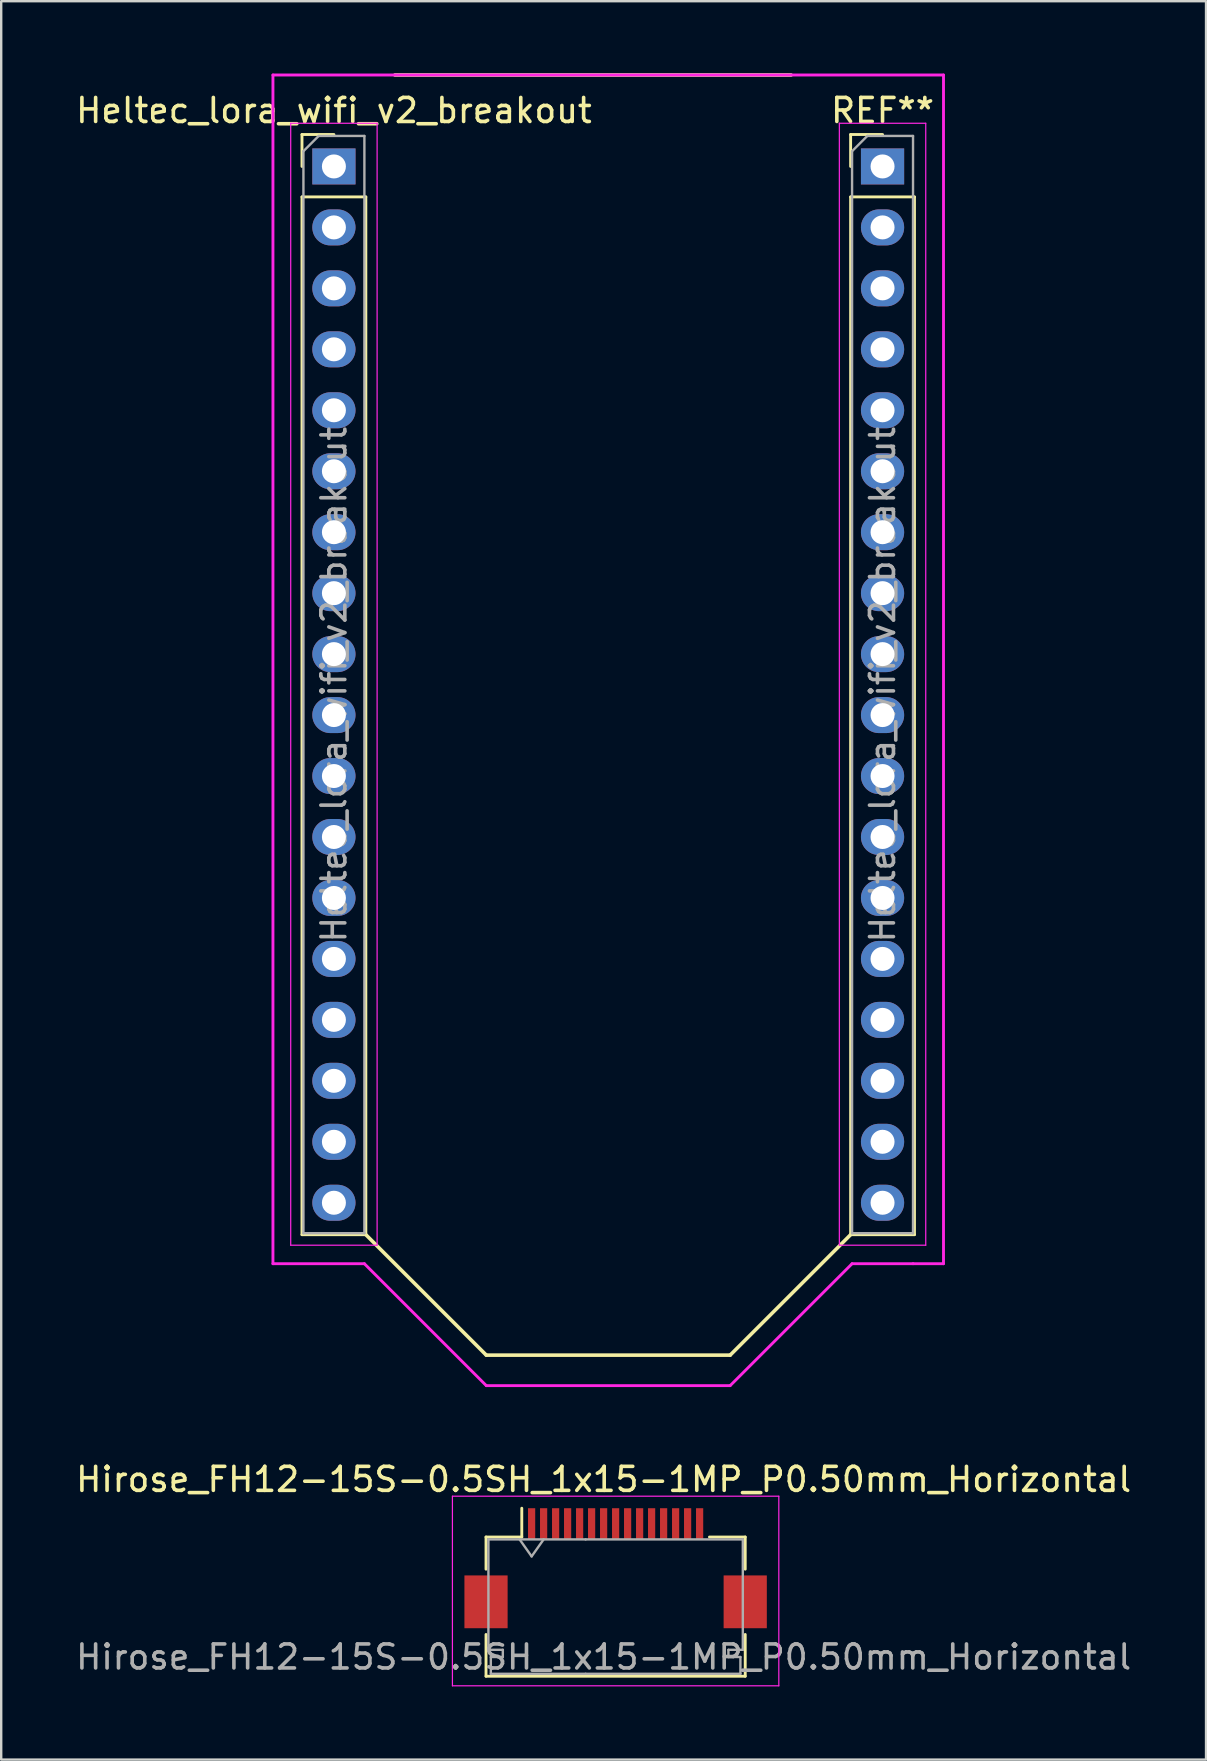
<source format=kicad_pcb>
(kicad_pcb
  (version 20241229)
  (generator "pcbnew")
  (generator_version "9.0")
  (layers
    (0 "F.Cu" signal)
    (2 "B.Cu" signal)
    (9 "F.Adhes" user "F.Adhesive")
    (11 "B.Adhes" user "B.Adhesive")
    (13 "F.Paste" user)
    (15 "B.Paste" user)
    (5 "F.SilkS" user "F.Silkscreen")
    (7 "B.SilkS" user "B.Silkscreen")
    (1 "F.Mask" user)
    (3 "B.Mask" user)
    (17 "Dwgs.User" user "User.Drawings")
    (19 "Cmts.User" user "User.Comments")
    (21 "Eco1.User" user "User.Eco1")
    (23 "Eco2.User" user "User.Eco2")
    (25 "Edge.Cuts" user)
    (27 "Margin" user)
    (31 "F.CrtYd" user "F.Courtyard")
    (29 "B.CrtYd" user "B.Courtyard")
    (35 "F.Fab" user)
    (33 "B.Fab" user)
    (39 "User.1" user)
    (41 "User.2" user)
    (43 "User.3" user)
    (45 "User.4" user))
  (footprint "Hirose_FH12-15S-0.5SH_1x15-1MP_P0.50mm_Horizontal"
    (layer "F.Cu")
    (at 22.601 62.293)
    (property "Reference" "Hirose_FH12-15S-0.5SH_1x15-1MP_P0.50mm_Horizontal" (at -0.5 -3.7 0) (layer "F.SilkS") (effects (font (size 1 1) (thickness 0.15))))
    (attr smd)
    (fp_line (start -5.4 -1.3) (end -5.4 0.04) (stroke (width 0.12) (type solid)) (layer "F.SilkS"))
    (fp_line (start -5.4 2.76) (end -5.4 4.5) (stroke (width 0.12) (type solid)) (layer "F.SilkS"))
    (fp_line (start -5.4 4.5) (end 5.4 4.5) (stroke (width 0.12) (type solid)) (layer "F.SilkS"))
    (fp_line (start -3.91 -1.3) (end -5.4 -1.3) (stroke (width 0.12) (type solid)) (layer "F.SilkS"))
    (fp_line (start -3.91 -1.3) (end -3.91 -2.5) (stroke (width 0.12) (type solid)) (layer "F.SilkS"))
    (fp_line (start 3.91 -1.3) (end 5.4 -1.3) (stroke (width 0.12) (type solid)) (layer "F.SilkS"))
    (fp_line (start 5.4 -1.3) (end 5.4 0.04) (stroke (width 0.12) (type solid)) (layer "F.SilkS"))
    (fp_line (start 5.4 4.5) (end 5.4 2.76) (stroke (width 0.12) (type solid)) (layer "F.SilkS"))
    (fp_line (start -4 -0.1) (end -4 4.9) (stroke (width 0.15) (type solid)) (layer "Eco1.User"))
    (fp_line (start -4 -0.1) (end 4 -0.1) (stroke (width 0.15) (type solid)) (layer "Eco1.User"))
    (fp_line (start 4 -0.1) (end 4 4.9) (stroke (width 0.15) (type solid)) (layer "Eco1.User"))
    (fp_line (start -6.8 -3) (end -6.8 4.9) (stroke (width 0.05) (type solid)) (layer "F.CrtYd"))
    (fp_line (start -6.8 4.9) (end 6.8 4.9) (stroke (width 0.05) (type solid)) (layer "F.CrtYd"))
    (fp_line (start 6.8 -3) (end -6.8 -3) (stroke (width 0.05) (type solid)) (layer "F.CrtYd"))
    (fp_line (start 6.8 4.9) (end 6.8 -3) (stroke (width 0.05) (type solid)) (layer "F.CrtYd"))
    (fp_line (start -5.3 -1.2) (end -5.3 3.4) (stroke (width 0.1) (type solid)) (layer "F.Fab"))
    (fp_line (start -5.3 3.4) (end -4.7 3.4) (stroke (width 0.1) (type solid)) (layer "F.Fab"))
    (fp_line (start -5.2 3.7) (end -5.2 4.4) (stroke (width 0.1) (type solid)) (layer "F.Fab"))
    (fp_line (start -5.2 4.4) (end -1.25 4.4) (stroke (width 0.1) (type solid)) (layer "F.Fab"))
    (fp_line (start -4.7 3.4) (end -4.7 3.7) (stroke (width 0.1) (type solid)) (layer "F.Fab"))
    (fp_line (start -4.7 3.7) (end -5.2 3.7) (stroke (width 0.1) (type solid)) (layer "F.Fab"))
    (fp_line (start -4 -1.2) (end -3.5 -0.493) (stroke (width 0.1) (type solid)) (layer "F.Fab"))
    (fp_line (start -3.5 -0.493) (end -3 -1.2) (stroke (width 0.1) (type solid)) (layer "F.Fab"))
    (fp_line (start -1.25 -1.2) (end -5.3 -1.2) (stroke (width 0.1) (type solid)) (layer "F.Fab"))
    (fp_line (start -1.25 -1.2) (end 5.3 -1.2) (stroke (width 0.1) (type solid)) (layer "F.Fab"))
    (fp_line (start 4.7 3.4) (end 4.7 3.7) (stroke (width 0.1) (type solid)) (layer "F.Fab"))
    (fp_line (start 4.7 3.7) (end 5.2 3.7) (stroke (width 0.1) (type solid)) (layer "F.Fab"))
    (fp_line (start 5.2 3.7) (end 5.2 4.4) (stroke (width 0.1) (type solid)) (layer "F.Fab"))
    (fp_line (start 5.2 4.4) (end -1.25 4.4) (stroke (width 0.1) (type solid)) (layer "F.Fab"))
    (fp_line (start 5.3 -1.2) (end 5.3 3.4) (stroke (width 0.1) (type solid)) (layer "F.Fab"))
    (fp_line (start 5.3 3.4) (end 4.7 3.4) (stroke (width 0.1) (type solid)) (layer "F.Fab"))
    (fp_text user "${REFERENCE}" (at -0.5 3.7 0) (layer "F.Fab") (effects (font (size 1 1) (thickness 0.15))))
    (pad "1" smd rect (at -3.5 -1.85) (size 0.3 1.3) (layers "F.Cu" "F.Mask" "F.Paste"))
    (pad "2" smd rect (at -3 -1.85) (size 0.3 1.3) (layers "F.Cu" "F.Mask" "F.Paste"))
    (pad "3" smd rect (at -2.5 -1.85) (size 0.3 1.3) (layers "F.Cu" "F.Mask" "F.Paste"))
    (pad "4" smd rect (at -2 -1.85) (size 0.3 1.3) (layers "F.Cu" "F.Mask" "F.Paste"))
    (pad "5" smd rect (at -1.5 -1.85) (size 0.3 1.3) (layers "F.Cu" "F.Mask" "F.Paste"))
    (pad "6" smd rect (at -1 -1.85) (size 0.3 1.3) (layers "F.Cu" "F.Mask" "F.Paste"))
    (pad "7" smd rect (at -0.5 -1.85) (size 0.3 1.3) (layers "F.Cu" "F.Mask" "F.Paste"))
    (pad "8" smd rect (at 0 -1.85) (size 0.3 1.3) (layers "F.Cu" "F.Mask" "F.Paste"))
    (pad "9" smd rect (at 0.5 -1.85) (size 0.3 1.3) (layers "F.Cu" "F.Mask" "F.Paste"))
    (pad "10" smd rect (at 1 -1.85) (size 0.3 1.3) (layers "F.Cu" "F.Mask" "F.Paste"))
    (pad "11" smd rect (at 1.5 -1.85) (size 0.3 1.3) (layers "F.Cu" "F.Mask" "F.Paste"))
    (pad "12" smd rect (at 2 -1.85) (size 0.3 1.3) (layers "F.Cu" "F.Mask" "F.Paste"))
    (pad "13" smd rect (at 2.5 -1.85) (size 0.3 1.3) (layers "F.Cu" "F.Mask" "F.Paste"))
    (pad "14" smd rect (at 3 -1.85) (size 0.3 1.3) (layers "F.Cu" "F.Mask" "F.Paste"))
    (pad "15" smd rect (at 3.5 -1.85) (size 0.3 1.3) (layers "F.Cu" "F.Mask" "F.Paste"))
    (pad "MP" smd rect (at -5.4 1.4) (size 1.8 2.2) (layers "F.Cu" "F.Mask" "F.Paste"))
    (pad "MP" smd rect (at 5.4 1.4) (size 1.8 2.2) (layers "F.Cu" "F.Mask" "F.Paste")))
  (footprint "Heltec_lora_wifi_v2_breakout"
    (layer "F.Cu")
    (at 22.293 25.475)
    (property "Reference" "Heltec_lora_wifi_v2_breakout" (at -11.43 -23.92 0) (layer "F.SilkS") (effects (font (size 1 1) (thickness 0.15))))
    (attr through_hole)
    (fp_line (start -12.76 -22.92) (end -11.43 -22.92) (stroke (width 0.12) (type solid)) (layer "F.SilkS"))
    (fp_line (start -12.76 -21.59) (end -12.76 -22.92) (stroke (width 0.12) (type solid)) (layer "F.SilkS"))
    (fp_line (start -12.76 -20.32) (end -12.76 22.92) (stroke (width 0.12) (type solid)) (layer "F.SilkS"))
    (fp_line (start -12.76 -20.32) (end -10.1 -20.32) (stroke (width 0.12) (type solid)) (layer "F.SilkS"))
    (fp_line (start -12.76 22.92) (end -10.1 22.92) (stroke (width 0.12) (type solid)) (layer "F.SilkS"))
    (fp_line (start -10.1 -20.32) (end -10.1 22.92) (stroke (width 0.12) (type solid)) (layer "F.SilkS"))
    (fp_line (start -5.08 27.94) (end -10.1 22.92) (stroke (width 0.15) (type solid)) (layer "F.SilkS"))
    (fp_line (start 5.08 27.94) (end -5.08 27.94) (stroke (width 0.15) (type solid)) (layer "F.SilkS"))
    (fp_line (start 7.62 -25.4) (end -8.89 -25.4) (stroke (width 0.15) (type solid)) (layer "F.SilkS"))
    (fp_line (start 10.1 -22.92) (end 11.43 -22.92) (stroke (width 0.12) (type solid)) (layer "F.SilkS"))
    (fp_line (start 10.1 -21.59) (end 10.1 -22.92) (stroke (width 0.12) (type solid)) (layer "F.SilkS"))
    (fp_line (start 10.1 -20.32) (end 10.1 22.92) (stroke (width 0.12) (type solid)) (layer "F.SilkS"))
    (fp_line (start 10.1 -20.32) (end 12.76 -20.32) (stroke (width 0.12) (type solid)) (layer "F.SilkS"))
    (fp_line (start 10.1 22.92) (end 5.08 27.94) (stroke (width 0.15) (type solid)) (layer "F.SilkS"))
    (fp_line (start 10.1 22.92) (end 12.76 22.92) (stroke (width 0.12) (type solid)) (layer "F.SilkS"))
    (fp_line (start 12.76 -20.32) (end 12.76 22.92) (stroke (width 0.12) (type solid)) (layer "F.SilkS"))
    (fp_line (start -13.97 -25.4) (end 13.97 -25.4) (stroke (width 0.12) (type solid)) (layer "F.CrtYd"))
    (fp_line (start -13.97 24.13) (end -13.97 -25.4) (stroke (width 0.12) (type solid)) (layer "F.CrtYd"))
    (fp_line (start -13.23 -23.39) (end -13.23 23.36) (stroke (width 0.05) (type solid)) (layer "F.CrtYd"))
    (fp_line (start -13.23 23.36) (end -9.63 23.36) (stroke (width 0.05) (type solid)) (layer "F.CrtYd"))
    (fp_line (start -10.16 24.13) (end -13.97 24.13) (stroke (width 0.12) (type solid)) (layer "F.CrtYd"))
    (fp_line (start -9.63 -23.39) (end -13.23 -23.39) (stroke (width 0.05) (type solid)) (layer "F.CrtYd"))
    (fp_line (start -9.63 23.36) (end -9.63 -23.39) (stroke (width 0.05) (type solid)) (layer "F.CrtYd"))
    (fp_line (start -5.08 29.21) (end -10.16 24.13) (stroke (width 0.12) (type solid)) (layer "F.CrtYd"))
    (fp_line (start 5.08 29.21) (end -5.08 29.21) (stroke (width 0.12) (type solid)) (layer "F.CrtYd"))
    (fp_line (start 9.63 -23.39) (end 9.63 23.36) (stroke (width 0.05) (type solid)) (layer "F.CrtYd"))
    (fp_line (start 9.63 23.36) (end 13.23 23.36) (stroke (width 0.05) (type solid)) (layer "F.CrtYd"))
    (fp_line (start 10.16 24.13) (end 5.08 29.21) (stroke (width 0.12) (type solid)) (layer "F.CrtYd"))
    (fp_line (start 12.7 24.13) (end 10.16 24.13) (stroke (width 0.12) (type solid)) (layer "F.CrtYd"))
    (fp_line (start 13.23 -23.39) (end 9.63 -23.39) (stroke (width 0.05) (type solid)) (layer "F.CrtYd"))
    (fp_line (start 13.23 23.36) (end 13.23 -23.39) (stroke (width 0.05) (type solid)) (layer "F.CrtYd"))
    (fp_line (start 13.97 -25.4) (end 13.97 24.13) (stroke (width 0.12) (type solid)) (layer "F.CrtYd"))
    (fp_line (start 13.97 24.13) (end 12.7 24.13) (stroke (width 0.12) (type solid)) (layer "F.CrtYd"))
    (fp_line (start -12.7 -22.225) (end -12.065 -22.86) (stroke (width 0.1) (type solid)) (layer "F.Fab"))
    (fp_line (start -12.7 22.86) (end -12.7 -22.225) (stroke (width 0.1) (type solid)) (layer "F.Fab"))
    (fp_line (start -12.065 -22.86) (end -10.16 -22.86) (stroke (width 0.1) (type solid)) (layer "F.Fab"))
    (fp_line (start -10.16 -22.86) (end -10.16 22.86) (stroke (width 0.1) (type solid)) (layer "F.Fab"))
    (fp_line (start -10.16 22.86) (end -12.7 22.86) (stroke (width 0.1) (type solid)) (layer "F.Fab"))
    (fp_line (start 10.16 -22.225) (end 10.795 -22.86) (stroke (width 0.1) (type solid)) (layer "F.Fab"))
    (fp_line (start 10.16 22.86) (end 10.16 -22.225) (stroke (width 0.1) (type solid)) (layer "F.Fab"))
    (fp_line (start 10.795 -22.86) (end 12.7 -22.86) (stroke (width 0.1) (type solid)) (layer "F.Fab"))
    (fp_line (start 12.7 -22.86) (end 12.7 22.86) (stroke (width 0.1) (type solid)) (layer "F.Fab"))
    (fp_line (start 12.7 22.86) (end 10.16 22.86) (stroke (width 0.1) (type solid)) (layer "F.Fab"))
    (fp_text user "REF**" (at 11.43 -23.92 0) (layer "F.SilkS") (effects (font (size 1 1) (thickness 0.15))))
    (fp_text user "${REFERENCE}" (at 11.43 0 90) (layer "F.Fab") (effects (font (size 1 1) (thickness 0.15))))
    (fp_text user "${REFERENCE}" (at -11.43 0 90) (layer "F.Fab") (effects (font (size 1 1) (thickness 0.15))))
    (pad "1" thru_hole rect (at -11.43 -21.59) (size 1.8 1.5) (drill 1) (layers "*.Cu" "*.Mask"))
    (pad "2" thru_hole oval (at -11.43 -19.05) (size 1.8 1.5) (drill oval 1) (layers "*.Cu" "*.Mask"))
    (pad "3" thru_hole oval (at -11.43 -16.51) (size 1.8 1.5) (drill 1) (layers "*.Cu" "*.Mask"))
    (pad "4" thru_hole oval (at -11.43 -13.97) (size 1.8 1.5) (drill 1) (layers "*.Cu" "*.Mask"))
    (pad "5" thru_hole oval (at -11.43 -11.43) (size 1.8 1.5) (drill 1) (layers "*.Cu" "*.Mask"))
    (pad "6" thru_hole oval (at -11.43 -8.89) (size 1.8 1.5) (drill 1) (layers "*.Cu" "*.Mask"))
    (pad "7" thru_hole oval (at -11.43 -6.35) (size 1.8 1.5) (drill 1) (layers "*.Cu" "*.Mask"))
    (pad "8" thru_hole oval (at -11.43 -3.81) (size 1.8 1.5) (drill 1) (layers "*.Cu" "*.Mask"))
    (pad "9" thru_hole oval (at -11.43 -1.27) (size 1.8 1.5) (drill 1) (layers "*.Cu" "*.Mask"))
    (pad "10" thru_hole oval (at -11.43 1.27) (size 1.8 1.5) (drill 1) (layers "*.Cu" "*.Mask"))
    (pad "11" thru_hole oval (at -11.43 3.81) (size 1.8 1.5) (drill 1) (layers "*.Cu" "*.Mask"))
    (pad "12" thru_hole oval (at -11.43 6.35) (size 1.8 1.5) (drill 1) (layers "*.Cu" "*.Mask"))
    (pad "13" thru_hole oval (at -11.43 8.89) (size 1.8 1.5) (drill 1) (layers "*.Cu" "*.Mask"))
    (pad "14" thru_hole oval (at -11.43 11.43) (size 1.8 1.5) (drill 1) (layers "*.Cu" "*.Mask"))
    (pad "15" thru_hole oval (at -11.43 13.97) (size 1.8 1.5) (drill 1) (layers "*.Cu" "*.Mask"))
    (pad "16" thru_hole oval (at -11.43 16.51) (size 1.8 1.5) (drill 1) (layers "*.Cu" "*.Mask"))
    (pad "17" thru_hole oval (at -11.43 19.05) (size 1.8 1.5) (drill 1) (layers "*.Cu" "*.Mask"))
    (pad "18" thru_hole oval (at -11.43 21.59) (size 1.8 1.5) (drill 1) (layers "*.Cu" "*.Mask"))
    (pad "19" thru_hole oval (at 11.43 21.59) (size 1.8 1.5) (drill 1) (layers "*.Cu" "*.Mask"))
    (pad "20" thru_hole oval (at 11.43 19.05) (size 1.8 1.5) (drill 1) (layers "*.Cu" "*.Mask"))
    (pad "21" thru_hole oval (at 11.43 16.51) (size 1.8 1.5) (drill 1) (layers "*.Cu" "*.Mask"))
    (pad "22" thru_hole oval (at 11.43 13.97) (size 1.8 1.5) (drill 1) (layers "*.Cu" "*.Mask"))
    (pad "23" thru_hole oval (at 11.43 11.43) (size 1.8 1.5) (drill 1) (layers "*.Cu" "*.Mask"))
    (pad "24" thru_hole oval (at 11.43 8.89) (size 1.8 1.5) (drill 1) (layers "*.Cu" "*.Mask"))
    (pad "25" thru_hole oval (at 11.43 6.35) (size 1.8 1.5) (drill 1) (layers "*.Cu" "*.Mask"))
    (pad "26" thru_hole oval (at 11.43 3.81) (size 1.8 1.5) (drill 1) (layers "*.Cu" "*.Mask"))
    (pad "27" thru_hole oval (at 11.43 1.27) (size 1.8 1.5) (drill 1) (layers "*.Cu" "*.Mask"))
    (pad "28" thru_hole oval (at 11.43 -1.27) (size 1.8 1.5) (drill 1) (layers "*.Cu" "*.Mask"))
    (pad "29" thru_hole oval (at 11.43 -3.81) (size 1.8 1.5) (drill 1) (layers "*.Cu" "*.Mask"))
    (pad "30" thru_hole oval (at 11.43 -6.35) (size 1.8 1.5) (drill 1) (layers "*.Cu" "*.Mask"))
    (pad "31" thru_hole oval (at 11.43 -8.89) (size 1.8 1.5) (drill 1) (layers "*.Cu" "*.Mask"))
    (pad "32" thru_hole oval (at 11.43 -11.43) (size 1.8 1.5) (drill 1) (layers "*.Cu" "*.Mask"))
    (pad "33" thru_hole oval (at 11.43 -13.97) (size 1.8 1.5) (drill 1) (layers "*.Cu" "*.Mask"))
    (pad "34" thru_hole oval (at 11.43 -16.51) (size 1.8 1.5) (drill 1) (layers "*.Cu" "*.Mask"))
    (pad "35" thru_hole oval (at 11.43 -19.05) (size 1.8 1.5) (drill 1) (layers "*.Cu" "*.Mask"))
    (pad "36" thru_hole rect (at 11.43 -21.59) (size 1.8 1.5) (drill 1) (layers "*.Cu" "*.Mask")))
  (gr_rect
    (start -3 -3)
    (end 47.202 70.268)
    (stroke (width 0.1) (type default))
    (fill no)
    (layer "Edge.Cuts")))
</source>
